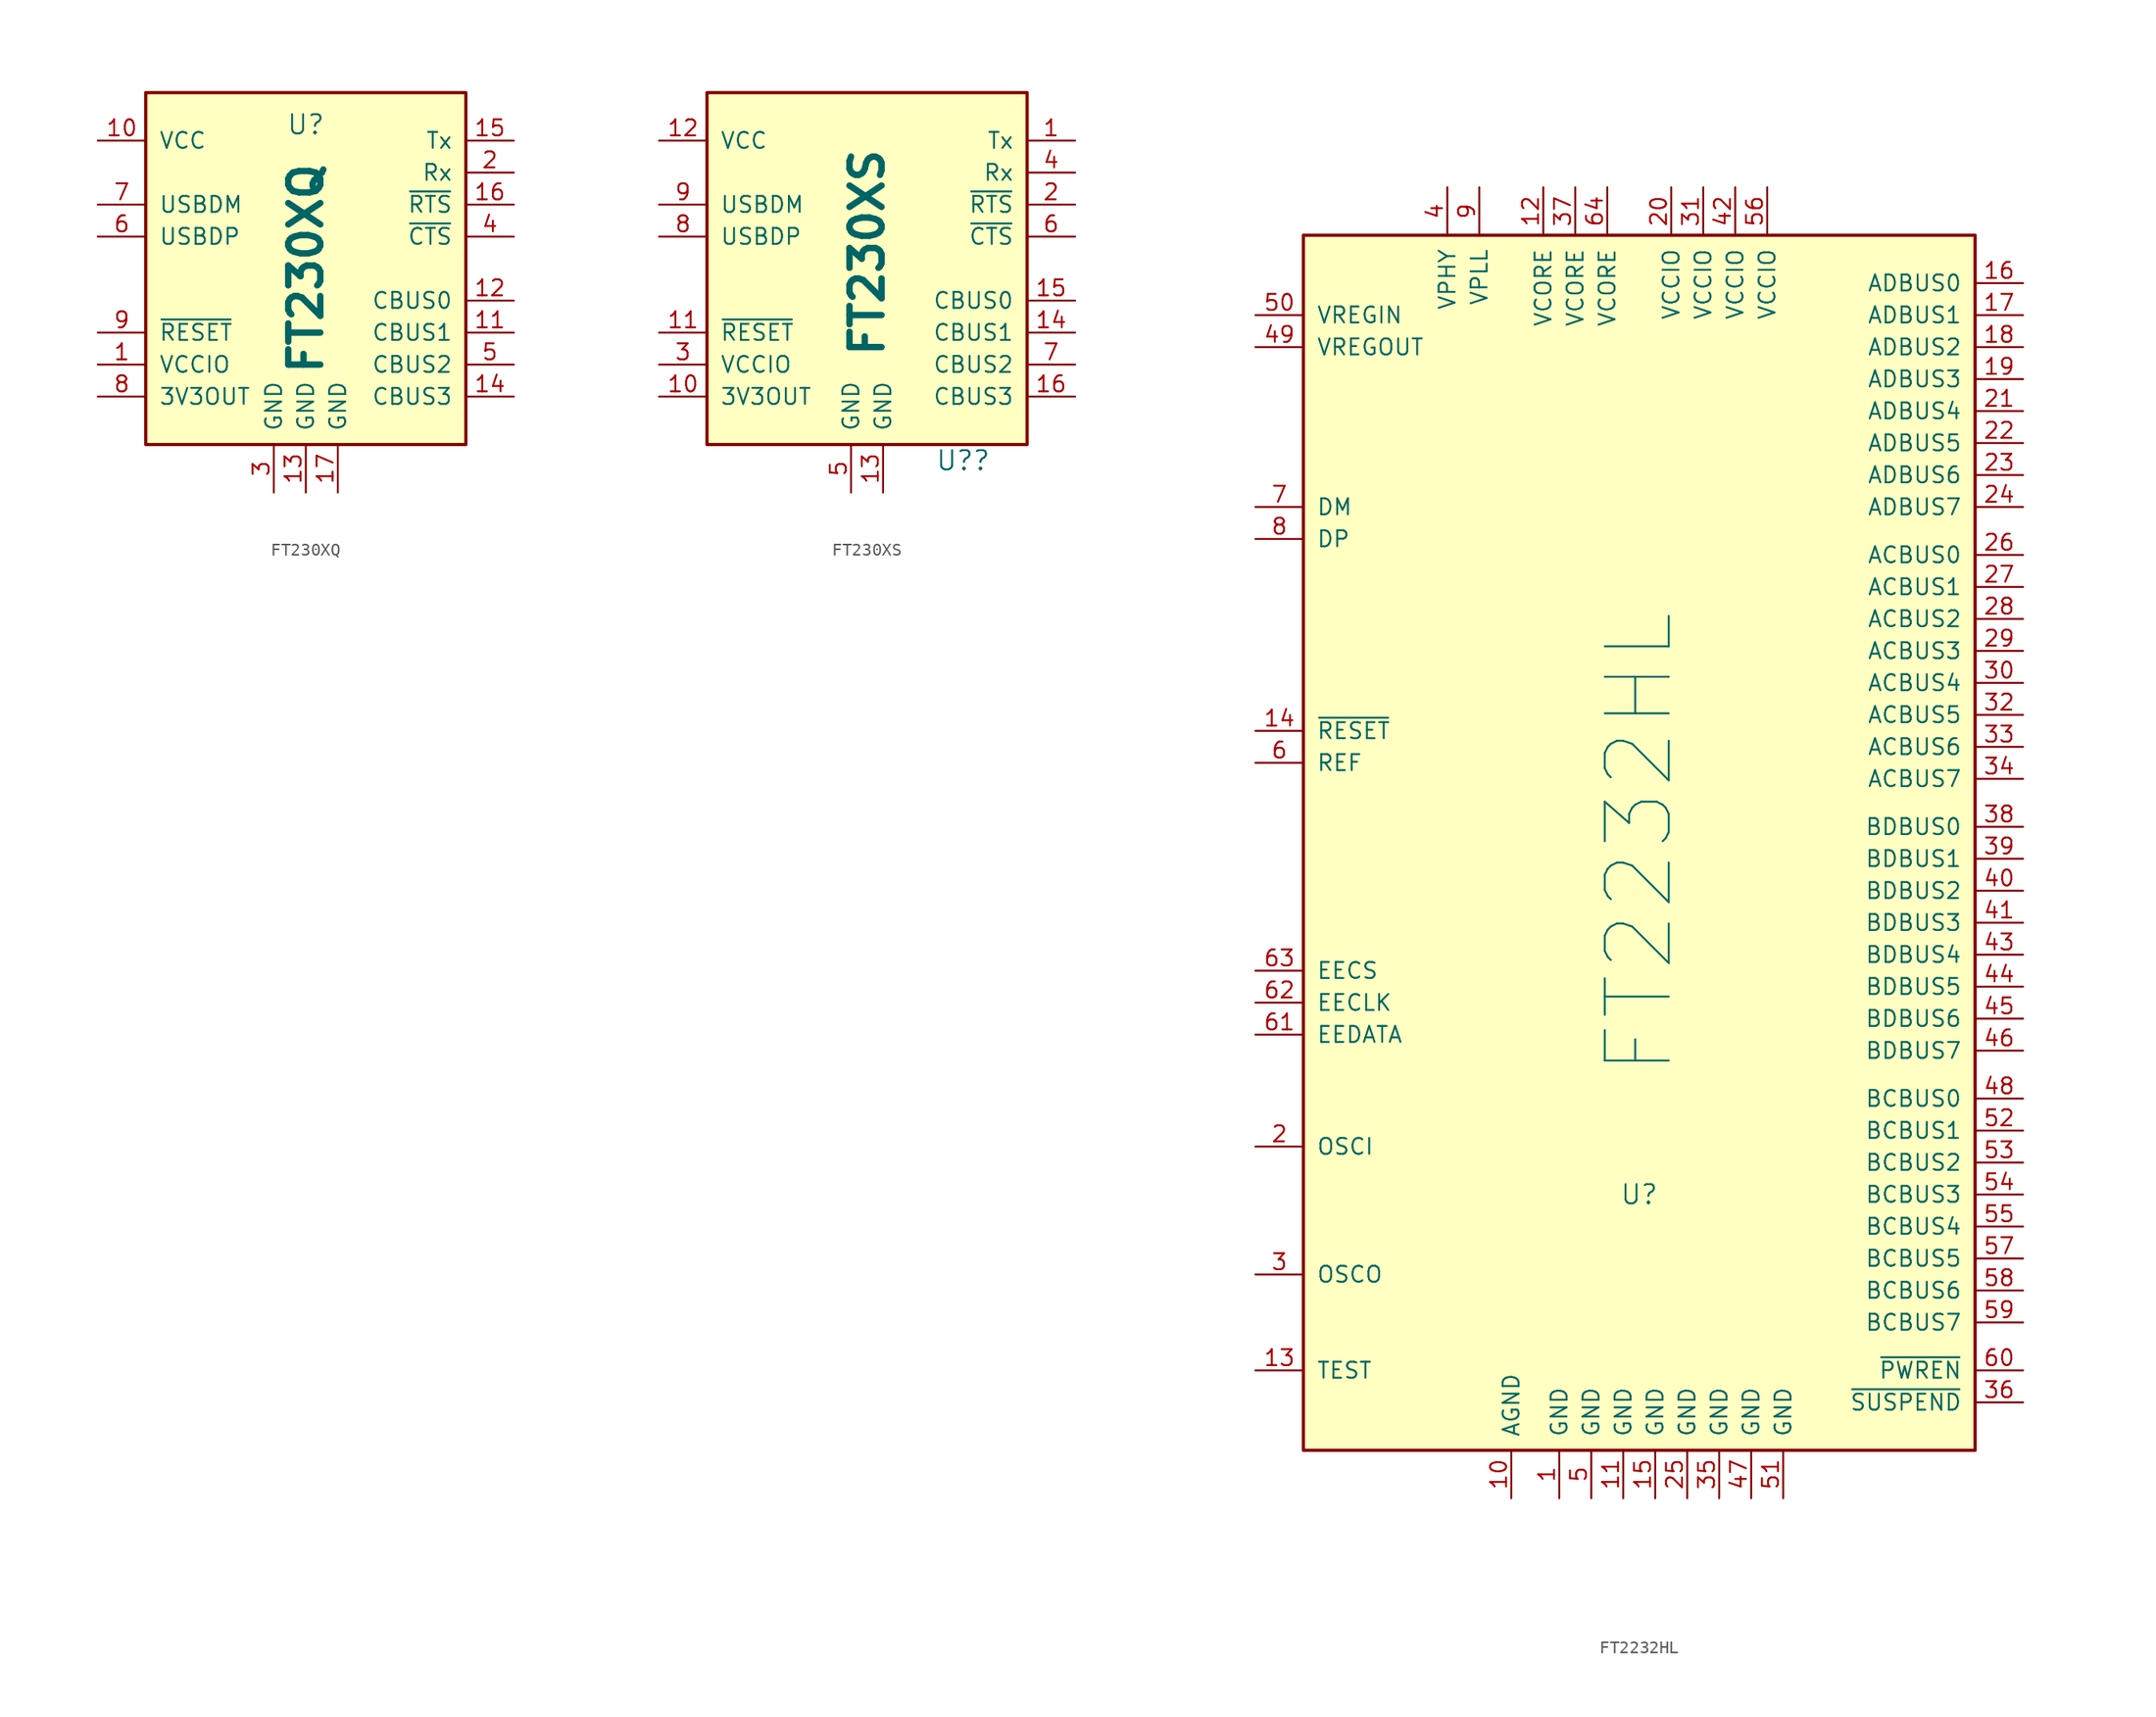
<source format=kicad_sym>
(kicad_symbol_lib
  (version 20231120)
  (generator "kicad_symbol_editor")
  (generator_version "8.0")
  (symbol "FT230XQ"
    (pin_names
      (offset 1.016))
    (property "Reference" "U"
      (at 0 11.43 0)
      (effects (font (size 1.524 1.524))))
    (property "Value" "FT230XQ"
      (at 0 0 90)
      (effects (font (size 2.54 2.54) (bold yes))))
    (property "Datasheet" ""
      (at 0 0 0)
      (effects (font (size 1.524 1.524))))
    (symbol "FT230XQ_0_1"
      (rectangle (start -12.7 -13.97) (end 12.7 13.97) (stroke (width 0.254) (type default)) (fill (type background))))
    (symbol "FT230XQ_1_1"
      (pin passive line (at -16.51 -7.62 0) (length 3.81) (name "VCCIO" (effects (font (size 1.27 1.27)))) (number "1" (effects (font (size 1.27 1.27)))))
      (pin passive line (at -16.51 10.16 0) (length 3.81) (name "VCC" (effects (font (size 1.27 1.27)))) (number "10" (effects (font (size 1.27 1.27)))))
      (pin passive line (at 16.51 -5.08 180) (length 3.81) (name "CBUS1" (effects (font (size 1.27 1.27)))) (number "11" (effects (font (size 1.27 1.27)))))
      (pin passive line (at 16.51 -2.54 180) (length 3.81) (name "CBUS0" (effects (font (size 1.27 1.27)))) (number "12" (effects (font (size 1.27 1.27)))))
      (pin passive line (at 0 -17.78 90) (length 3.81) (name "GND" (effects (font (size 1.27 1.27)))) (number "13" (effects (font (size 1.27 1.27)))))
      (pin passive line (at 16.51 -10.16 180) (length 3.81) (name "CBUS3" (effects (font (size 1.27 1.27)))) (number "14" (effects (font (size 1.27 1.27)))))
      (pin passive line (at 16.51 10.16 180) (length 3.81) (name "Tx" (effects (font (size 1.27 1.27)))) (number "15" (effects (font (size 1.27 1.27)))))
      (pin passive line (at 16.51 5.08 180) (length 3.81) (name "~{RTS}" (effects (font (size 1.27 1.27)))) (number "16" (effects (font (size 1.27 1.27)))))
      (pin passive line (at 2.54 -17.78 90) (length 3.81) (name "GND" (effects (font (size 1.27 1.27)))) (number "17" (effects (font (size 1.27 1.27)))))
      (pin passive line (at 16.51 7.62 180) (length 3.81) (name "Rx" (effects (font (size 1.27 1.27)))) (number "2" (effects (font (size 1.27 1.27)))))
      (pin passive line (at -2.54 -17.78 90) (length 3.81) (name "GND" (effects (font (size 1.27 1.27)))) (number "3" (effects (font (size 1.27 1.27)))))
      (pin passive line (at 16.51 2.54 180) (length 3.81) (name "~{CTS}" (effects (font (size 1.27 1.27)))) (number "4" (effects (font (size 1.27 1.27)))))
      (pin passive line (at 16.51 -7.62 180) (length 3.81) (name "CBUS2" (effects (font (size 1.27 1.27)))) (number "5" (effects (font (size 1.27 1.27)))))
      (pin passive line (at -16.51 2.54 0) (length 3.81) (name "USBDP" (effects (font (size 1.27 1.27)))) (number "6" (effects (font (size 1.27 1.27)))))
      (pin passive line (at -16.51 5.08 0) (length 3.81) (name "USBDM" (effects (font (size 1.27 1.27)))) (number "7" (effects (font (size 1.27 1.27)))))
      (pin passive line (at -16.51 -10.16 0) (length 3.81) (name "3V3OUT" (effects (font (size 1.27 1.27)))) (number "8" (effects (font (size 1.27 1.27)))))
      (pin passive line (at -16.51 -5.08 0) (length 3.81) (name "~{RESET}" (effects (font (size 1.27 1.27)))) (number "9" (effects (font (size 1.27 1.27)))))))
  (symbol "FT230XS"
    (pin_names
      (offset 1.016))
    (property "Reference" "U?"
      (at 7.62 -15.24 0)
      (effects (font (size 1.524 1.524))))
    (property "Value" "FT230XS"
      (at 0 1.27 90)
      (effects (font (size 2.54 2.54) (bold yes))))
    (property "Datasheet" ""
      (at 0 0 0)
      (effects (font (size 1.524 1.524))))
    (symbol "FT230XS_0_1"
      (rectangle (start -12.7 -13.97) (end 12.7 13.97) (stroke (width 0.254) (type default)) (fill (type background))))
    (symbol "FT230XS_1_1"
      (pin passive line (at 16.51 10.16 180) (length 3.81) (name "Tx" (effects (font (size 1.27 1.27)))) (number "1" (effects (font (size 1.27 1.27)))))
      (pin passive line (at -16.51 -10.16 0) (length 3.81) (name "3V3OUT" (effects (font (size 1.27 1.27)))) (number "10" (effects (font (size 1.27 1.27)))))
      (pin passive line (at -16.51 -5.08 0) (length 3.81) (name "~{RESET}" (effects (font (size 1.27 1.27)))) (number "11" (effects (font (size 1.27 1.27)))))
      (pin passive line (at -16.51 10.16 0) (length 3.81) (name "VCC" (effects (font (size 1.27 1.27)))) (number "12" (effects (font (size 1.27 1.27)))))
      (pin passive line (at 1.27 -17.78 90) (length 3.81) (name "GND" (effects (font (size 1.27 1.27)))) (number "13" (effects (font (size 1.27 1.27)))))
      (pin passive line (at 16.51 -5.08 180) (length 3.81) (name "CBUS1" (effects (font (size 1.27 1.27)))) (number "14" (effects (font (size 1.27 1.27)))))
      (pin passive line (at 16.51 -2.54 180) (length 3.81) (name "CBUS0" (effects (font (size 1.27 1.27)))) (number "15" (effects (font (size 1.27 1.27)))))
      (pin passive line (at 16.51 -10.16 180) (length 3.81) (name "CBUS3" (effects (font (size 1.27 1.27)))) (number "16" (effects (font (size 1.27 1.27)))))
      (pin passive line (at 16.51 5.08 180) (length 3.81) (name "~{RTS}" (effects (font (size 1.27 1.27)))) (number "2" (effects (font (size 1.27 1.27)))))
      (pin passive line (at -16.51 -7.62 0) (length 3.81) (name "VCCIO" (effects (font (size 1.27 1.27)))) (number "3" (effects (font (size 1.27 1.27)))))
      (pin passive line (at 16.51 7.62 180) (length 3.81) (name "Rx" (effects (font (size 1.27 1.27)))) (number "4" (effects (font (size 1.27 1.27)))))
      (pin passive line (at -1.27 -17.78 90) (length 3.81) (name "GND" (effects (font (size 1.27 1.27)))) (number "5" (effects (font (size 1.27 1.27)))))
      (pin passive line (at 16.51 2.54 180) (length 3.81) (name "~{CTS}" (effects (font (size 1.27 1.27)))) (number "6" (effects (font (size 1.27 1.27)))))
      (pin passive line (at 16.51 -7.62 180) (length 3.81) (name "CBUS2" (effects (font (size 1.27 1.27)))) (number "7" (effects (font (size 1.27 1.27)))))
      (pin passive line (at -16.51 2.54 0) (length 3.81) (name "USBDP" (effects (font (size 1.27 1.27)))) (number "8" (effects (font (size 1.27 1.27)))))
      (pin passive line (at -16.51 5.08 0) (length 3.81) (name "USBDM" (effects (font (size 1.27 1.27)))) (number "9" (effects (font (size 1.27 1.27)))))))
  (symbol "FT2232HL"
    (pin_names
      (offset 1.016))
    (property "Reference" "U"
      (at 0 -27.94 0)
      (effects (font (size 1.524 1.524))))
    (property "Value" "FT2232HL"
      (at 0 0 90)
      (effects (font (size 5.08 5.08))))
    (property "Footprint" ""
      (at 0 0 0)
      (effects (font (size 1.524 1.524))))
    (property "Datasheet" ""
      (at 0 0 0)
      (effects (font (size 1.524 1.524))))
    (symbol "FT2232HL_0_1"
      (rectangle (start 26.67 48.26) (end -26.67 -48.26) (stroke (width 0.254) (type default)) (fill (type background))))
    (symbol "FT2232HL_1_1"
      (pin passive line (at -6.35 -52.07 90) (length 3.81) (name "GND" (effects (font (size 1.27 1.27)))) (number "1" (effects (font (size 1.27 1.27)))))
      (pin passive line (at -10.16 -52.07 90) (length 3.81) (name "AGND" (effects (font (size 1.27 1.27)))) (number "10" (effects (font (size 1.27 1.27)))))
      (pin passive line (at -1.27 -52.07 90) (length 3.81) (name "GND" (effects (font (size 1.27 1.27)))) (number "11" (effects (font (size 1.27 1.27)))))
      (pin passive line (at -7.62 52.07 270) (length 3.81) (name "VCORE" (effects (font (size 1.27 1.27)))) (number "12" (effects (font (size 1.27 1.27)))))
      (pin passive line (at -30.48 -41.91 0) (length 3.81) (name "TEST" (effects (font (size 1.27 1.27)))) (number "13" (effects (font (size 1.27 1.27)))))
      (pin passive line (at -30.48 8.89 0) (length 3.81) (name "~{RESET}" (effects (font (size 1.27 1.27)))) (number "14" (effects (font (size 1.27 1.27)))))
      (pin passive line (at 1.27 -52.07 90) (length 3.81) (name "GND" (effects (font (size 1.27 1.27)))) (number "15" (effects (font (size 1.27 1.27)))))
      (pin passive line (at 30.48 44.45 180) (length 3.81) (name "ADBUS0" (effects (font (size 1.27 1.27)))) (number "16" (effects (font (size 1.27 1.27)))))
      (pin passive line (at 30.48 41.91 180) (length 3.81) (name "ADBUS1" (effects (font (size 1.27 1.27)))) (number "17" (effects (font (size 1.27 1.27)))))
      (pin passive line (at 30.48 39.37 180) (length 3.81) (name "ADBUS2" (effects (font (size 1.27 1.27)))) (number "18" (effects (font (size 1.27 1.27)))))
      (pin passive line (at 30.48 36.83 180) (length 3.81) (name "ADBUS3" (effects (font (size 1.27 1.27)))) (number "19" (effects (font (size 1.27 1.27)))))
      (pin passive line (at -30.48 -24.13 0) (length 3.81) (name "OSCI" (effects (font (size 1.27 1.27)))) (number "2" (effects (font (size 1.27 1.27)))))
      (pin passive line (at 2.54 52.07 270) (length 3.81) (name "VCCIO" (effects (font (size 1.27 1.27)))) (number "20" (effects (font (size 1.27 1.27)))))
      (pin passive line (at 30.48 34.29 180) (length 3.81) (name "ADBUS4" (effects (font (size 1.27 1.27)))) (number "21" (effects (font (size 1.27 1.27)))))
      (pin passive line (at 30.48 31.75 180) (length 3.81) (name "ADBUS5" (effects (font (size 1.27 1.27)))) (number "22" (effects (font (size 1.27 1.27)))))
      (pin passive line (at 30.48 29.21 180) (length 3.81) (name "ADBUS6" (effects (font (size 1.27 1.27)))) (number "23" (effects (font (size 1.27 1.27)))))
      (pin passive line (at 30.48 26.67 180) (length 3.81) (name "ADBUS7" (effects (font (size 1.27 1.27)))) (number "24" (effects (font (size 1.27 1.27)))))
      (pin passive line (at 3.81 -52.07 90) (length 3.81) (name "GND" (effects (font (size 1.27 1.27)))) (number "25" (effects (font (size 1.27 1.27)))))
      (pin passive line (at 30.48 22.86 180) (length 3.81) (name "ACBUS0" (effects (font (size 1.27 1.27)))) (number "26" (effects (font (size 1.27 1.27)))))
      (pin passive line (at 30.48 20.32 180) (length 3.81) (name "ACBUS1" (effects (font (size 1.27 1.27)))) (number "27" (effects (font (size 1.27 1.27)))))
      (pin passive line (at 30.48 17.78 180) (length 3.81) (name "ACBUS2" (effects (font (size 1.27 1.27)))) (number "28" (effects (font (size 1.27 1.27)))))
      (pin passive line (at 30.48 15.24 180) (length 3.81) (name "ACBUS3" (effects (font (size 1.27 1.27)))) (number "29" (effects (font (size 1.27 1.27)))))
      (pin passive line (at -30.48 -34.29 0) (length 3.81) (name "OSCO" (effects (font (size 1.27 1.27)))) (number "3" (effects (font (size 1.27 1.27)))))
      (pin passive line (at 30.48 12.7 180) (length 3.81) (name "ACBUS4" (effects (font (size 1.27 1.27)))) (number "30" (effects (font (size 1.27 1.27)))))
      (pin passive line (at 5.08 52.07 270) (length 3.81) (name "VCCIO" (effects (font (size 1.27 1.27)))) (number "31" (effects (font (size 1.27 1.27)))))
      (pin passive line (at 30.48 10.16 180) (length 3.81) (name "ACBUS5" (effects (font (size 1.27 1.27)))) (number "32" (effects (font (size 1.27 1.27)))))
      (pin passive line (at 30.48 7.62 180) (length 3.81) (name "ACBUS6" (effects (font (size 1.27 1.27)))) (number "33" (effects (font (size 1.27 1.27)))))
      (pin passive line (at 30.48 5.08 180) (length 3.81) (name "ACBUS7" (effects (font (size 1.27 1.27)))) (number "34" (effects (font (size 1.27 1.27)))))
      (pin passive line (at 6.35 -52.07 90) (length 3.81) (name "GND" (effects (font (size 1.27 1.27)))) (number "35" (effects (font (size 1.27 1.27)))))
      (pin passive line (at 30.48 -44.45 180) (length 3.81) (name "~{SUSPEND}" (effects (font (size 1.27 1.27)))) (number "36" (effects (font (size 1.27 1.27)))))
      (pin passive line (at -5.08 52.07 270) (length 3.81) (name "VCORE" (effects (font (size 1.27 1.27)))) (number "37" (effects (font (size 1.27 1.27)))))
      (pin passive line (at 30.48 1.27 180) (length 3.81) (name "BDBUS0" (effects (font (size 1.27 1.27)))) (number "38" (effects (font (size 1.27 1.27)))))
      (pin passive line (at 30.48 -1.27 180) (length 3.81) (name "BDBUS1" (effects (font (size 1.27 1.27)))) (number "39" (effects (font (size 1.27 1.27)))))
      (pin passive line (at -15.24 52.07 270) (length 3.81) (name "VPHY" (effects (font (size 1.27 1.27)))) (number "4" (effects (font (size 1.27 1.27)))))
      (pin passive line (at 30.48 -3.81 180) (length 3.81) (name "BDBUS2" (effects (font (size 1.27 1.27)))) (number "40" (effects (font (size 1.27 1.27)))))
      (pin passive line (at 30.48 -6.35 180) (length 3.81) (name "BDBUS3" (effects (font (size 1.27 1.27)))) (number "41" (effects (font (size 1.27 1.27)))))
      (pin passive line (at 7.62 52.07 270) (length 3.81) (name "VCCIO" (effects (font (size 1.27 1.27)))) (number "42" (effects (font (size 1.27 1.27)))))
      (pin passive line (at 30.48 -8.89 180) (length 3.81) (name "BDBUS4" (effects (font (size 1.27 1.27)))) (number "43" (effects (font (size 1.27 1.27)))))
      (pin passive line (at 30.48 -11.43 180) (length 3.81) (name "BDBUS5" (effects (font (size 1.27 1.27)))) (number "44" (effects (font (size 1.27 1.27)))))
      (pin passive line (at 30.48 -13.97 180) (length 3.81) (name "BDBUS6" (effects (font (size 1.27 1.27)))) (number "45" (effects (font (size 1.27 1.27)))))
      (pin passive line (at 30.48 -16.51 180) (length 3.81) (name "BDBUS7" (effects (font (size 1.27 1.27)))) (number "46" (effects (font (size 1.27 1.27)))))
      (pin passive line (at 8.89 -52.07 90) (length 3.81) (name "GND" (effects (font (size 1.27 1.27)))) (number "47" (effects (font (size 1.27 1.27)))))
      (pin passive line (at 30.48 -20.32 180) (length 3.81) (name "BCBUS0" (effects (font (size 1.27 1.27)))) (number "48" (effects (font (size 1.27 1.27)))))
      (pin passive line (at -30.48 39.37 0) (length 3.81) (name "VREGOUT" (effects (font (size 1.27 1.27)))) (number "49" (effects (font (size 1.27 1.27)))))
      (pin passive line (at -3.81 -52.07 90) (length 3.81) (name "GND" (effects (font (size 1.27 1.27)))) (number "5" (effects (font (size 1.27 1.27)))))
      (pin passive line (at -30.48 41.91 0) (length 3.81) (name "VREGIN" (effects (font (size 1.27 1.27)))) (number "50" (effects (font (size 1.27 1.27)))))
      (pin passive line (at 11.43 -52.07 90) (length 3.81) (name "GND" (effects (font (size 1.27 1.27)))) (number "51" (effects (font (size 1.27 1.27)))))
      (pin passive line (at 30.48 -22.86 180) (length 3.81) (name "BCBUS1" (effects (font (size 1.27 1.27)))) (number "52" (effects (font (size 1.27 1.27)))))
      (pin passive line (at 30.48 -25.4 180) (length 3.81) (name "BCBUS2" (effects (font (size 1.27 1.27)))) (number "53" (effects (font (size 1.27 1.27)))))
      (pin passive line (at 30.48 -27.94 180) (length 3.81) (name "BCBUS3" (effects (font (size 1.27 1.27)))) (number "54" (effects (font (size 1.27 1.27)))))
      (pin passive line (at 30.48 -30.48 180) (length 3.81) (name "BCBUS4" (effects (font (size 1.27 1.27)))) (number "55" (effects (font (size 1.27 1.27)))))
      (pin passive line (at 10.16 52.07 270) (length 3.81) (name "VCCIO" (effects (font (size 1.27 1.27)))) (number "56" (effects (font (size 1.27 1.27)))))
      (pin passive line (at 30.48 -33.02 180) (length 3.81) (name "BCBUS5" (effects (font (size 1.27 1.27)))) (number "57" (effects (font (size 1.27 1.27)))))
      (pin passive line (at 30.48 -35.56 180) (length 3.81) (name "BCBUS6" (effects (font (size 1.27 1.27)))) (number "58" (effects (font (size 1.27 1.27)))))
      (pin passive line (at 30.48 -38.1 180) (length 3.81) (name "BCBUS7" (effects (font (size 1.27 1.27)))) (number "59" (effects (font (size 1.27 1.27)))))
      (pin passive line (at -30.48 6.35 0) (length 3.81) (name "REF" (effects (font (size 1.27 1.27)))) (number "6" (effects (font (size 1.27 1.27)))))
      (pin passive line (at 30.48 -41.91 180) (length 3.81) (name "~{PWREN}" (effects (font (size 1.27 1.27)))) (number "60" (effects (font (size 1.27 1.27)))))
      (pin passive line (at -30.48 -15.24 0) (length 3.81) (name "EEDATA" (effects (font (size 1.27 1.27)))) (number "61" (effects (font (size 1.27 1.27)))))
      (pin passive line (at -30.48 -12.7 0) (length 3.81) (name "EECLK" (effects (font (size 1.27 1.27)))) (number "62" (effects (font (size 1.27 1.27)))))
      (pin passive line (at -30.48 -10.16 0) (length 3.81) (name "EECS" (effects (font (size 1.27 1.27)))) (number "63" (effects (font (size 1.27 1.27)))))
      (pin passive line (at -2.54 52.07 270) (length 3.81) (name "VCORE" (effects (font (size 1.27 1.27)))) (number "64" (effects (font (size 1.27 1.27)))))
      (pin passive line (at -30.48 26.67 0) (length 3.81) (name "DM" (effects (font (size 1.27 1.27)))) (number "7" (effects (font (size 1.27 1.27)))))
      (pin passive line (at -30.48 24.13 0) (length 3.81) (name "DP" (effects (font (size 1.27 1.27)))) (number "8" (effects (font (size 1.27 1.27)))))
      (pin passive line (at -12.7 52.07 270) (length 3.81) (name "VPLL" (effects (font (size 1.27 1.27)))) (number "9" (effects (font (size 1.27 1.27))))))))
</source>
